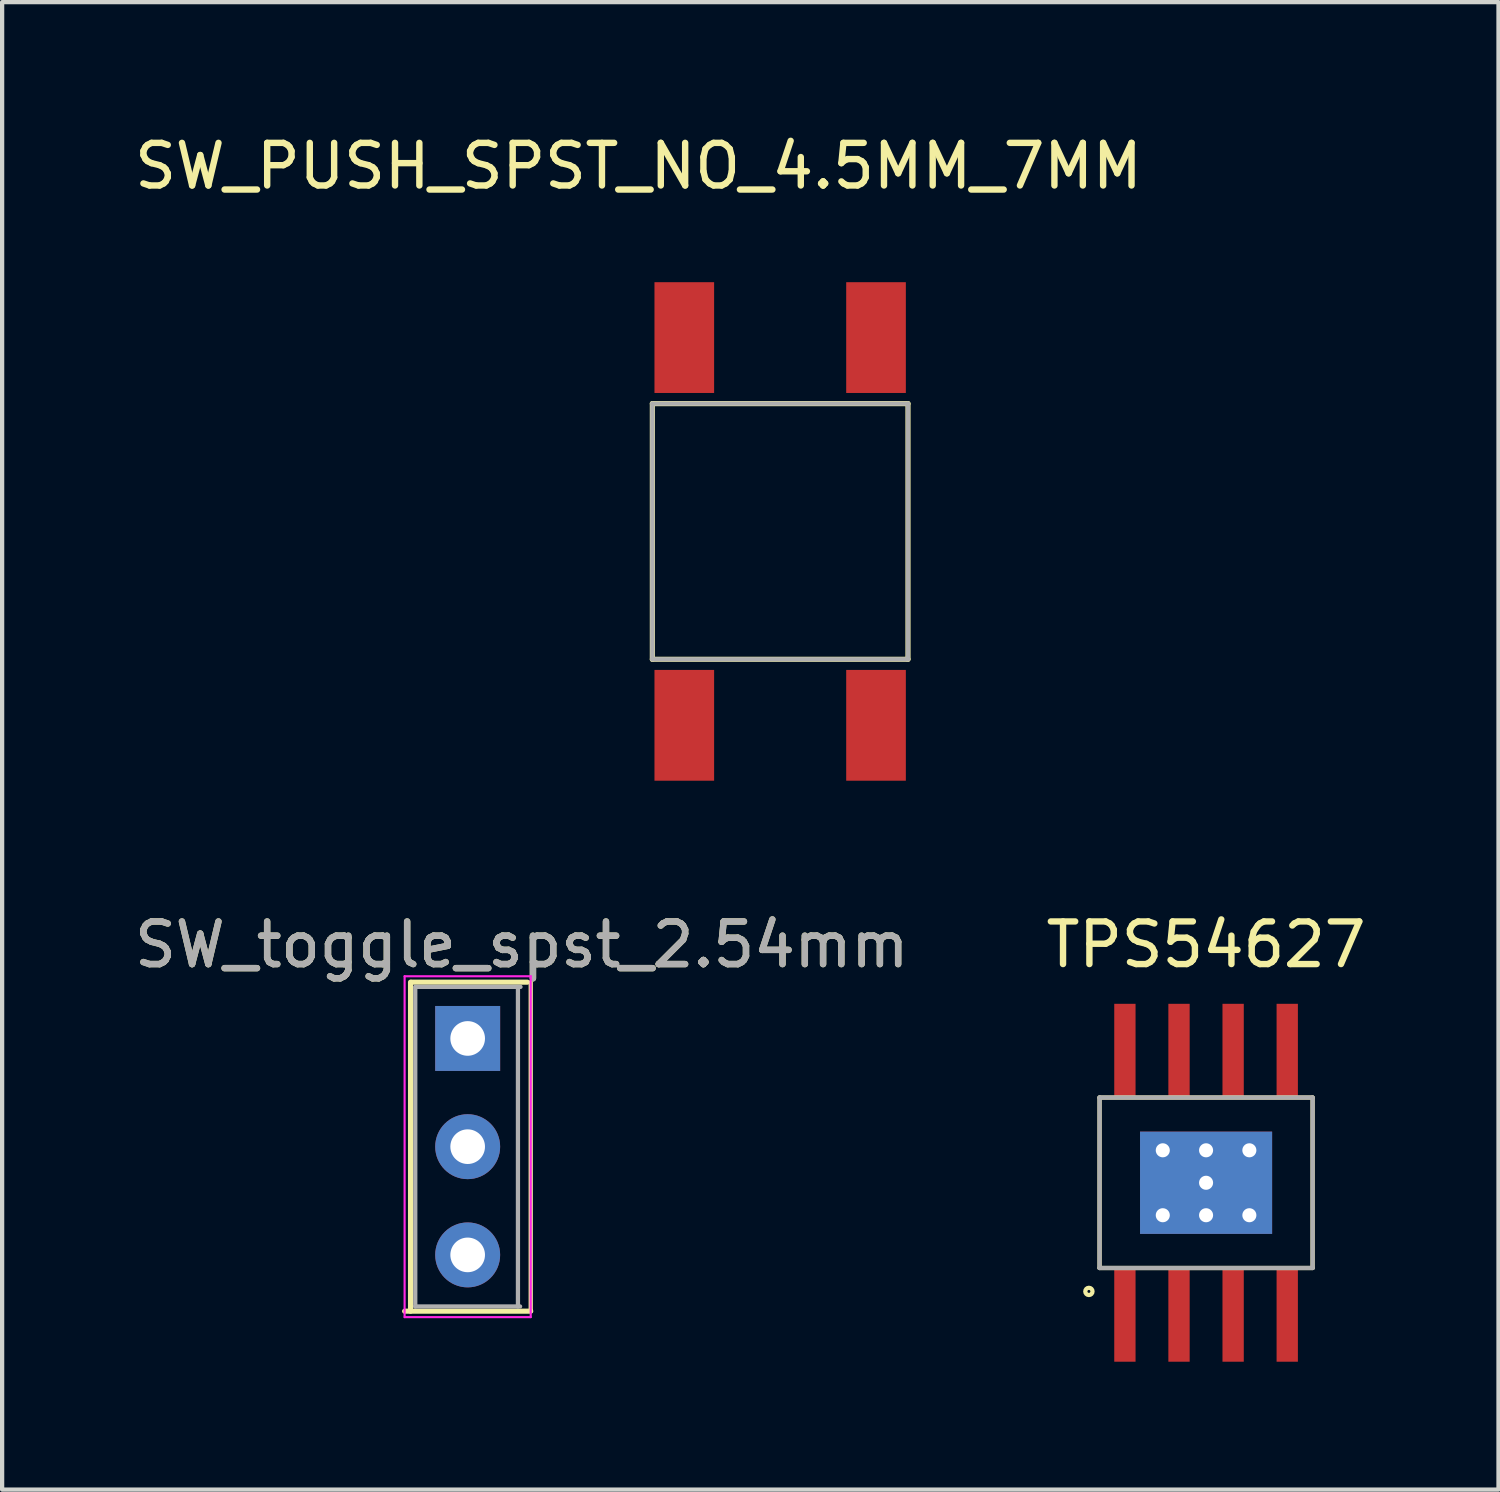
<source format=kicad_pcb>
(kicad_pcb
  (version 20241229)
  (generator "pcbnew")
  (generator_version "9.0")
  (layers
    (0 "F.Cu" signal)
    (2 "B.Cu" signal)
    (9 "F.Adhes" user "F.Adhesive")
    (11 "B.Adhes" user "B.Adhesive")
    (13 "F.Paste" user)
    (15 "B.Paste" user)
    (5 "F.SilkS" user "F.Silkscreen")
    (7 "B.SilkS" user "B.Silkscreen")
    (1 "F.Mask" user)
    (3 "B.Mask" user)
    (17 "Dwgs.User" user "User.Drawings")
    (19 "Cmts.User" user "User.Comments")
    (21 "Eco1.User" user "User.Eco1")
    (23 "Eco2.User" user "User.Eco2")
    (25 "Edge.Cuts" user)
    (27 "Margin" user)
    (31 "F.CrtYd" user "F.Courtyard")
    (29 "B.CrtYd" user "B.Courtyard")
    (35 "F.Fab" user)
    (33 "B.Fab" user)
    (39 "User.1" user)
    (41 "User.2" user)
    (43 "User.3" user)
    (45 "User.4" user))
  (footprint "SW_PUSH_SPST_NO_4.5MM_7MM"
    (layer "F.Cu")
    (at 15.26 9.423)
    (property "Reference" "SW_PUSH_SPST_NO_4.5MM_7MM" (at -3.325 -8.575 180) (layer "F.SilkS") (effects (font (size 1 1) (thickness 0.15))))
    (attr smd)
    (fp_line (start -3 -3) (end -3 3) (stroke (width 0.12) (type solid)) (layer "F.SilkS"))
    (fp_line (start -3 3) (end 3 3) (stroke (width 0.12) (type solid)) (layer "F.SilkS"))
    (fp_line (start 3 -3) (end -3 -3) (stroke (width 0.12) (type solid)) (layer "F.SilkS"))
    (fp_line (start 3 3) (end 3 -3) (stroke (width 0.12) (type solid)) (layer "F.SilkS"))
    (fp_line (start -3 -3) (end 3 -3) (stroke (width 0.1) (type solid)) (layer "F.Fab"))
    (fp_line (start -3 3) (end -3 -3) (stroke (width 0.1) (type solid)) (layer "F.Fab"))
    (fp_line (start 3 -3) (end 3 3) (stroke (width 0.1) (type solid)) (layer "F.Fab"))
    (fp_line (start 3 3) (end -3 3) (stroke (width 0.1) (type solid)) (layer "F.Fab"))
    (pad "1" smd rect (at -2.25 -3.5 90) (size 2.6 1.4) (drill (offset 1.05 0)) (layers "F.Cu" "F.Mask" "F.Paste"))
    (pad "2" smd rect (at -2.25 3.5 90) (size 2.6 1.4) (drill (offset -1.05 0)) (layers "F.Cu" "F.Mask" "F.Paste"))
    (pad "3" smd rect (at 2.25 -3.5 90) (size 2.6 1.4) (drill (offset 1.05 0)) (layers "F.Cu" "F.Mask" "F.Paste"))
    (pad "4" smd rect (at 2.25 3.5 90) (size 2.6 1.4) (drill (offset -1.05 0)) (layers "F.Cu" "F.Mask" "F.Paste")))
  (footprint "SW_toggle_spst_2.54mm"
    (layer "F.Cu")
    (at 7.926 21.322)
    (property "Reference" "SW_toggle_spst_2.54mm" (at 1.27 -2.2 0) (layer "F.SilkS") (effects (font (size 1 1) (thickness 0.15))))
    (attr through_hole)
    (fp_line (start -1.48 6.401) (end 1.48 6.401) (stroke (width 0.12) (type solid)) (layer "F.SilkS"))
    (fp_line (start -1.341 6.401) (end -1.341 -1.321) (stroke (width 0.12) (type solid)) (layer "F.SilkS"))
    (fp_line (start -1.32 -1.321) (end 1.4 -1.321) (stroke (width 0.12) (type solid)) (layer "F.SilkS"))
    (fp_line (start 1.48 -1.321) (end 1.48 6.401) (stroke (width 0.1) (type solid)) (layer "F.SilkS"))
    (fp_line (start -1.48 6.54) (end -1.48 -1.46) (stroke (width 0.05) (type solid)) (layer "F.CrtYd"))
    (fp_line (start -1.48 6.54) (end 1.48 6.54) (stroke (width 0.05) (type solid)) (layer "F.CrtYd"))
    (fp_line (start 1.48 -1.46) (end -1.48 -1.46) (stroke (width 0.05) (type solid)) (layer "F.CrtYd"))
    (fp_line (start 1.48 -1.46) (end 1.48 6.54) (stroke (width 0.05) (type solid)) (layer "F.CrtYd"))
    (fp_line (start -1.23 6.29) (end -1.23 -1.21) (stroke (width 0.1) (type solid)) (layer "F.Fab"))
    (fp_line (start -1.23 6.29) (end 1.23 6.29) (stroke (width 0.1) (type solid)) (layer "F.Fab"))
    (fp_line (start -1.22 -1.21) (end 1.24 -1.21) (stroke (width 0.1) (type solid)) (layer "F.Fab"))
    (fp_line (start 1.18 6.29) (end 1.18 -1.21) (stroke (width 0.1) (type solid)) (layer "F.Fab"))
    (fp_text user "${REFERENCE}" (at 1.27 -2.2 0) (layer "F.Fab") (effects (font (size 1 1) (thickness 0.15))))
    (pad "1" thru_hole rect (at 0 0) (size 1.524 1.524) (drill 0.813) (layers "*.Cu" "*.Mask"))
    (pad "2" thru_hole circle (at 0 2.54) (size 1.524 1.524) (drill 0.813) (layers "*.Cu" "*.Mask"))
    (pad "3" thru_hole circle (at 0 5.08) (size 1.524 1.524) (drill 0.813) (layers "*.Cu" "*.Mask")))
  (footprint "TPS54627"
    (layer "F.Cu")
    (at 25.256 24.709)
    (property "Reference" "TPS54627" (at 0 -5.588 0) (layer "F.SilkS") (effects (font (size 1 1) (thickness 0.15))))
    (attr through_hole)
    (fp_line (start -2.5 -2) (end -2.5 2) (stroke (width 0.1) (type solid)) (layer "F.SilkS"))
    (fp_line (start -2.5 2) (end 2.5 2) (stroke (width 0.1) (type solid)) (layer "F.SilkS"))
    (fp_line (start 2.5 -2) (end -2.5 -2) (stroke (width 0.1) (type solid)) (layer "F.SilkS"))
    (fp_line (start 2.5 2) (end 2.5 -2) (stroke (width 0.1) (type solid)) (layer "F.SilkS"))
    (fp_circle (center -2.75 2.55) (end -2.715 2.55) (stroke (width 0.1) (type solid)) (fill no) (layer "F.SilkS"))
    (fp_line (start -2.5 -2) (end 2.5 -2) (stroke (width 0.1) (type solid)) (layer "F.Fab"))
    (fp_line (start -2.5 2) (end -2.5 -2) (stroke (width 0.1) (type solid)) (layer "F.Fab"))
    (fp_line (start -2.5 2) (end 2.5 2) (stroke (width 0.1) (type solid)) (layer "F.Fab"))
    (fp_line (start 2.5 2) (end 2.5 -2) (stroke (width 0.1) (type solid)) (layer "F.Fab"))
    (pad "1" smd rect (at -1.905 2) (size 0.5 2.2) (drill (offset 0 1.1)) (layers "F.Cu" "F.Mask" "F.Paste"))
    (pad "2" smd rect (at -0.635 2) (size 0.5 2.2) (drill (offset 0 1.1)) (layers "F.Cu" "F.Mask" "F.Paste"))
    (pad "3" smd rect (at 0.635 2) (size 0.5 2.2) (drill (offset 0 1.1)) (layers "F.Cu" "F.Mask" "F.Paste"))
    (pad "4" smd rect (at 1.905 2) (size 0.5 2.2) (drill (offset 0 1.1)) (layers "F.Cu" "F.Mask" "F.Paste"))
    (pad "5" smd rect (at 1.905 -2) (size 0.5 2.2) (drill (offset 0 -1.1)) (layers "F.Cu" "F.Mask" "F.Paste"))
    (pad "6" smd rect (at 0.635 -2) (size 0.5 2.2) (drill (offset 0 -1.1)) (layers "F.Cu" "F.Mask" "F.Paste"))
    (pad "7" smd rect (at -0.635 -2) (size 0.5 2.2) (drill (offset 0 -1.1)) (layers "F.Cu" "F.Mask" "F.Paste"))
    (pad "8" smd rect (at -1.905 -2) (size 0.5 2.2) (drill (offset 0 -1.1)) (layers "F.Cu" "F.Mask" "F.Paste"))
    (pad "p0" thru_hole rect (at 0 0) (size 3.1 2.4) (drill 0.33) (layers "*.Cu" "*.Mask"))
    (pad "p2" thru_hole circle (at 0 -0.762) (size 0.35 0.35) (drill 0.33) (layers "*.Mask" "F.Cu"))
    (pad "p3" thru_hole circle (at 1.016 0.762) (size 0.35 0.35) (drill 0.33) (layers "*.Cu" "*.Paste" "*.Mask"))
    (pad "p4" thru_hole circle (at -1.016 -0.762) (size 0.35 0.35) (drill 0.33) (layers "*.Mask" "F.Cu"))
    (pad "p4" thru_hole circle (at 0 0.762) (size 0.35 0.35) (drill 0.33) (layers "*.Cu" "*.Paste" "*.Mask"))
    (pad "p5" thru_hole circle (at -1.016 0.762) (size 0.35 0.35) (drill 0.33) (layers "*.Cu" "*.Paste" "*.Mask"))
    (pad "p5" thru_hole circle (at 1.016 -0.762) (size 0.35 0.35) (drill 0.33) (layers "*.Mask" "F.Cu")))
  (gr_rect
    (start -3 -3)
    (end 32.119 31.91)
    (stroke (width 0.1) (type default))
    (fill no)
    (layer "Edge.Cuts")))
</source>
